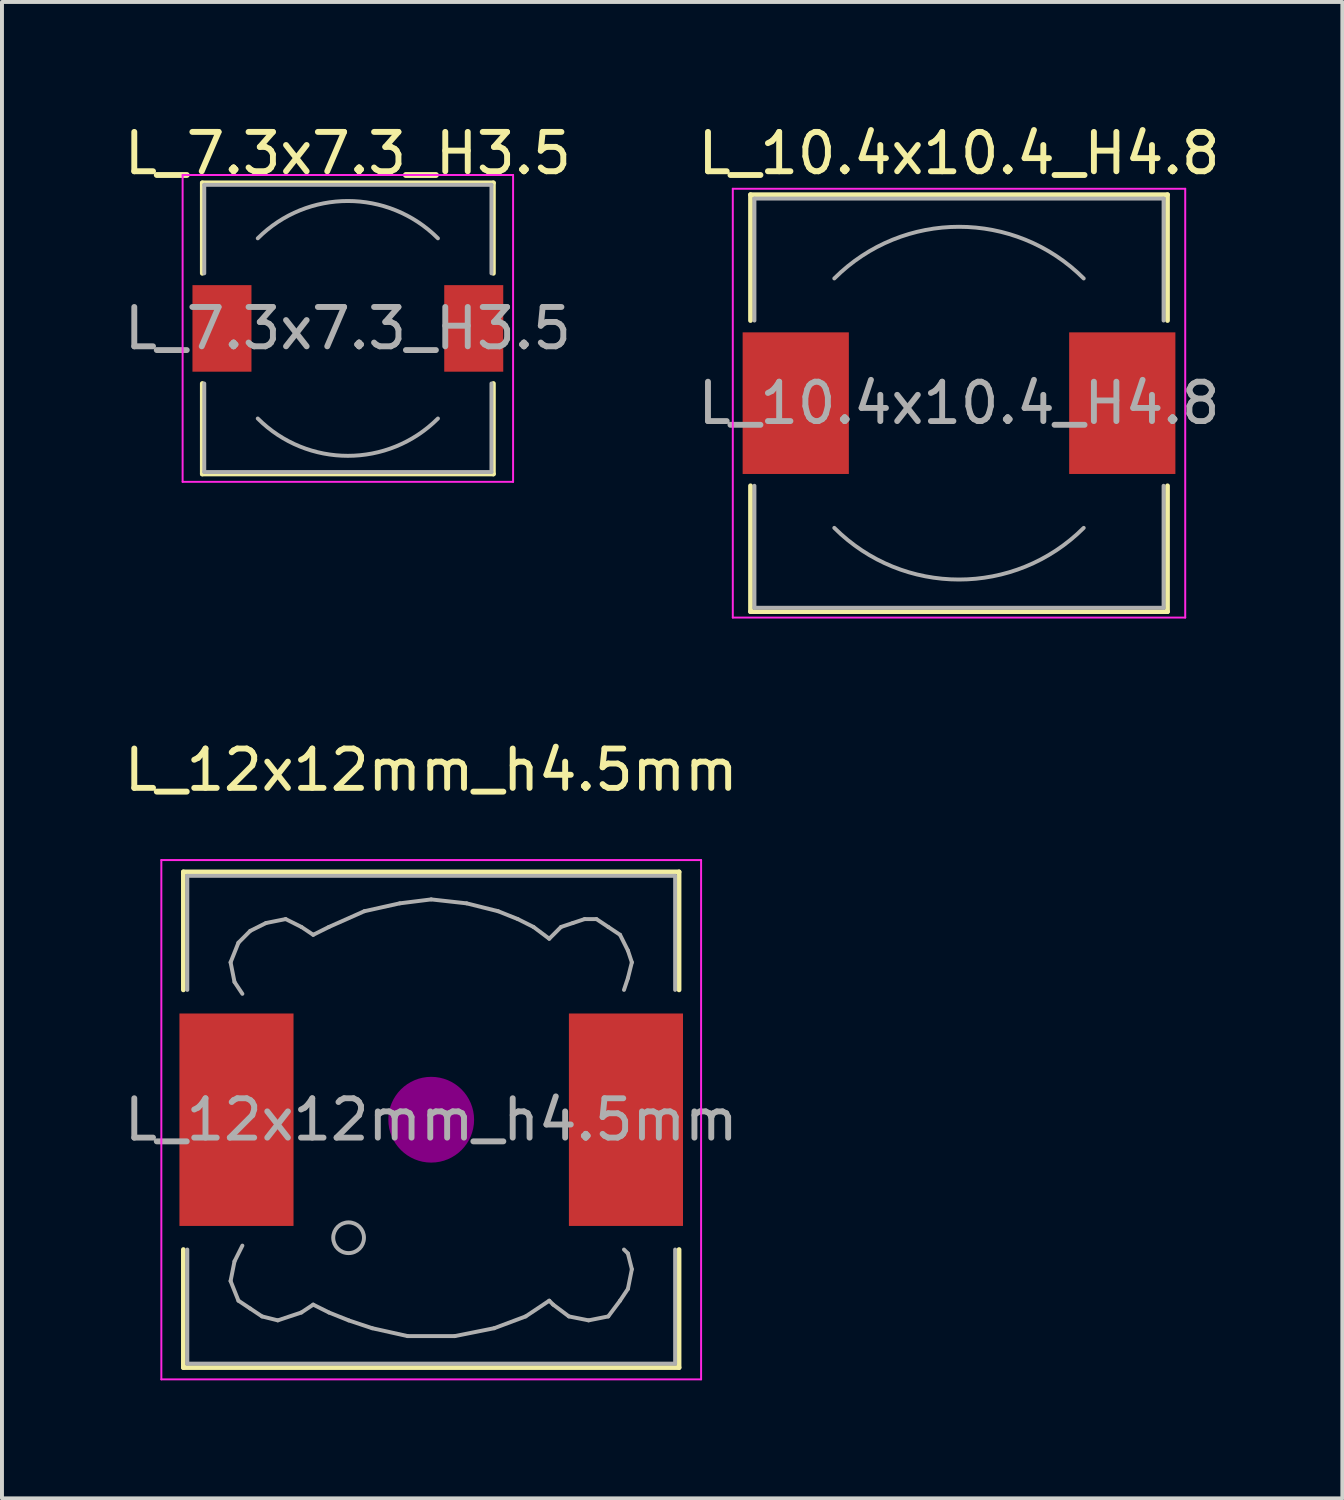
<source format=kicad_pcb>
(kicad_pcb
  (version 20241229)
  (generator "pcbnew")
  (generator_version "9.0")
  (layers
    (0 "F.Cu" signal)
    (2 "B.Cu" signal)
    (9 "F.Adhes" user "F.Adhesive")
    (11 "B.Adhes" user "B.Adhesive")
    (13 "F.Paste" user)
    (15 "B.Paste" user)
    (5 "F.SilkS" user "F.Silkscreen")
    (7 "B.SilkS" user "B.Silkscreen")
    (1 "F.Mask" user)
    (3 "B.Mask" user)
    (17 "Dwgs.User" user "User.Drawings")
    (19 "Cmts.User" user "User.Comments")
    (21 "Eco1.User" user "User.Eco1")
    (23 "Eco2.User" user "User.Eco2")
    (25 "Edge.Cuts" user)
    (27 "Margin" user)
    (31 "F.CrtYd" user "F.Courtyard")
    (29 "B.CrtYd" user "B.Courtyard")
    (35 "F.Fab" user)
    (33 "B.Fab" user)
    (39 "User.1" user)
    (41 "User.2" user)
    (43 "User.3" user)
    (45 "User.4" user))
  (footprint "L_10.4x10.4_H4.8"
    (layer "F.Cu")
    (at 21.327 7.198)
    (property "Reference" "L_10.4x10.4_H4.8" (at 0 -6.35 0) (layer "F.SilkS") (effects (font (size 1 1) (thickness 0.15))))
    (attr smd)
    (fp_line (start -5.3 -5.3) (end 5.3 -5.3) (stroke (width 0.12) (type solid)) (layer "F.SilkS"))
    (fp_line (start -5.3 -2.1) (end -5.3 -5.3) (stroke (width 0.12) (type solid)) (layer "F.SilkS"))
    (fp_line (start -5.3 5.3) (end -5.3 2.1) (stroke (width 0.12) (type solid)) (layer "F.SilkS"))
    (fp_line (start 5.3 -5.3) (end 5.3 -2.1) (stroke (width 0.12) (type solid)) (layer "F.SilkS"))
    (fp_line (start 5.3 2.1) (end 5.3 5.3) (stroke (width 0.12) (type solid)) (layer "F.SilkS"))
    (fp_line (start 5.3 5.3) (end -5.3 5.3) (stroke (width 0.12) (type solid)) (layer "F.SilkS"))
    (fp_line (start -5.75 -5.45) (end -5.75 5.45) (stroke (width 0.05) (type solid)) (layer "F.CrtYd"))
    (fp_line (start -5.75 5.45) (end 5.75 5.45) (stroke (width 0.05) (type solid)) (layer "F.CrtYd"))
    (fp_line (start 5.75 -5.45) (end -5.75 -5.45) (stroke (width 0.05) (type solid)) (layer "F.CrtYd"))
    (fp_line (start 5.75 5.45) (end 5.75 -5.45) (stroke (width 0.05) (type solid)) (layer "F.CrtYd"))
    (fp_line (start -5.2 -5.2) (end -5.2 -2.1) (stroke (width 0.1) (type solid)) (layer "F.Fab"))
    (fp_line (start -5.2 -5.2) (end 5.2 -5.2) (stroke (width 0.1) (type solid)) (layer "F.Fab"))
    (fp_line (start -5.2 5.2) (end -5.2 2.1) (stroke (width 0.1) (type solid)) (layer "F.Fab"))
    (fp_line (start -5.2 5.2) (end 5.2 5.2) (stroke (width 0.1) (type solid)) (layer "F.Fab"))
    (fp_line (start 5.2 -5.2) (end 5.2 -2.1) (stroke (width 0.1) (type solid)) (layer "F.Fab"))
    (fp_line (start 5.2 5.2) (end 5.2 2.1) (stroke (width 0.1) (type solid)) (layer "F.Fab"))
    (fp_arc (start -3.17 -3.17) (mid 0 -4.483057) (end 3.17 -3.17) (stroke (width 0.1) (type solid)) (layer "F.Fab"))
    (fp_arc (start 3.17 3.17) (mid 0 4.483057) (end -3.17 3.17) (stroke (width 0.1) (type solid)) (layer "F.Fab"))
    (fp_text user "${REFERENCE}" (at 0 0 0) (layer "F.Fab") (effects (font (size 1 1) (thickness 0.15))))
    (pad "1" smd rect (at -4.15 0) (size 2.7 3.6) (layers "F.Cu" "F.Mask" "F.Paste"))
    (pad "2" smd rect (at 4.15 0) (size 2.7 3.6) (layers "F.Cu" "F.Mask" "F.Paste")))
  (footprint "L_7.3x7.3_H3.5"
    (layer "F.Cu")
    (at 5.792 5.298)
    (property "Reference" "L_7.3x7.3_H3.5" (at 0 -4.45 0) (layer "F.SilkS") (effects (font (size 1 1) (thickness 0.15))))
    (attr smd)
    (fp_line (start -3.7 -3.7) (end 3.7 -3.7) (stroke (width 0.12) (type solid)) (layer "F.SilkS"))
    (fp_line (start -3.7 -1.4) (end -3.7 -3.7) (stroke (width 0.12) (type solid)) (layer "F.SilkS"))
    (fp_line (start -3.7 3.7) (end -3.7 1.4) (stroke (width 0.12) (type solid)) (layer "F.SilkS"))
    (fp_line (start 3.7 -3.7) (end 3.7 -1.4) (stroke (width 0.12) (type solid)) (layer "F.SilkS"))
    (fp_line (start 3.7 1.4) (end 3.7 3.7) (stroke (width 0.12) (type solid)) (layer "F.SilkS"))
    (fp_line (start 3.7 3.7) (end -3.7 3.7) (stroke (width 0.12) (type solid)) (layer "F.SilkS"))
    (fp_line (start -4.2 -3.9) (end -4.2 3.9) (stroke (width 0.05) (type solid)) (layer "F.CrtYd"))
    (fp_line (start -4.2 3.9) (end 4.2 3.9) (stroke (width 0.05) (type solid)) (layer "F.CrtYd"))
    (fp_line (start 4.2 -3.9) (end -4.2 -3.9) (stroke (width 0.05) (type solid)) (layer "F.CrtYd"))
    (fp_line (start 4.2 3.9) (end 4.2 -3.9) (stroke (width 0.05) (type solid)) (layer "F.CrtYd"))
    (fp_line (start -3.65 -3.65) (end -3.65 -1.4) (stroke (width 0.1) (type solid)) (layer "F.Fab"))
    (fp_line (start -3.65 -3.65) (end 3.65 -3.65) (stroke (width 0.1) (type solid)) (layer "F.Fab"))
    (fp_line (start -3.65 3.65) (end -3.65 1.4) (stroke (width 0.1) (type solid)) (layer "F.Fab"))
    (fp_line (start 3.65 -3.65) (end 3.65 -1.4) (stroke (width 0.1) (type solid)) (layer "F.Fab"))
    (fp_line (start 3.65 3.65) (end -3.65 3.65) (stroke (width 0.1) (type solid)) (layer "F.Fab"))
    (fp_line (start 3.65 3.65) (end 3.65 1.4) (stroke (width 0.1) (type solid)) (layer "F.Fab"))
    (fp_arc (start -2.29 -2.29) (mid 0 -3.238549) (end 2.29 -2.29) (stroke (width 0.1) (type solid)) (layer "F.Fab"))
    (fp_arc (start 2.29 2.29) (mid 0 3.238549) (end -2.29 2.29) (stroke (width 0.1) (type solid)) (layer "F.Fab"))
    (fp_text user "${REFERENCE}" (at 0 0 0) (layer "F.Fab") (effects (font (size 1 1) (thickness 0.15))))
    (pad "1" smd rect (at -3.2 0) (size 1.5 2.2) (layers "F.Cu" "F.Mask" "F.Paste"))
    (pad "2" smd rect (at 3.2 0) (size 1.5 2.2) (layers "F.Cu" "F.Mask" "F.Paste")))
  (footprint "L_12x12mm_h4.5mm"
    (layer "F.Cu")
    (at 7.911 25.412)
    (property "Reference" "L_12x12mm_h4.5mm" (at 0 -8.89 0) (layer "F.SilkS") (effects (font (size 1 1) (thickness 0.15))))
    (attr smd)
    (fp_line (start -6.3 -6.3) (end 6.3 -6.3) (stroke (width 0.12) (type solid)) (layer "F.SilkS"))
    (fp_line (start -6.3 -3.3) (end -6.3 -6.3) (stroke (width 0.12) (type solid)) (layer "F.SilkS"))
    (fp_line (start -6.3 6.3) (end -6.3 3.3) (stroke (width 0.12) (type solid)) (layer "F.SilkS"))
    (fp_line (start 6.3 -6.3) (end 6.3 -3.3) (stroke (width 0.12) (type solid)) (layer "F.SilkS"))
    (fp_line (start 6.3 3.3) (end 6.3 6.3) (stroke (width 0.12) (type solid)) (layer "F.SilkS"))
    (fp_line (start 6.3 6.3) (end -6.3 6.3) (stroke (width 0.12) (type solid)) (layer "F.SilkS"))
    (fp_circle (center 0 0) (end 0.15 0.15) (stroke (width 0.38) (type solid)) (fill no) (layer "F.Adhes"))
    (fp_circle (center 0 0) (end 0.55 0) (stroke (width 0.38) (type solid)) (fill no) (layer "F.Adhes"))
    (fp_circle (center 0 0) (end 0.9 0) (stroke (width 0.38) (type solid)) (fill no) (layer "F.Adhes"))
    (fp_line (start -6.86 -6.6) (end 6.86 -6.6) (stroke (width 0.05) (type solid)) (layer "F.CrtYd"))
    (fp_line (start -6.86 6.6) (end -6.86 -6.6) (stroke (width 0.05) (type solid)) (layer "F.CrtYd"))
    (fp_line (start 6.86 -6.6) (end 6.86 6.6) (stroke (width 0.05) (type solid)) (layer "F.CrtYd"))
    (fp_line (start 6.86 6.6) (end -6.86 6.6) (stroke (width 0.05) (type solid)) (layer "F.CrtYd"))
    (fp_line (start -6.2 -6.2) (end -6.2 -3.3) (stroke (width 0.1) (type solid)) (layer "F.Fab"))
    (fp_line (start -6.2 3.3) (end -6.2 6.2) (stroke (width 0.1) (type solid)) (layer "F.Fab"))
    (fp_line (start -6.2 6.2) (end 6.2 6.2) (stroke (width 0.1) (type solid)) (layer "F.Fab"))
    (fp_line (start -5.1 -4) (end -5 -3.5) (stroke (width 0.1) (type solid)) (layer "F.Fab"))
    (fp_line (start -5.1 4.1) (end -5 3.6) (stroke (width 0.1) (type solid)) (layer "F.Fab"))
    (fp_line (start -5 -3.5) (end -4.8 -3.2) (stroke (width 0.1) (type solid)) (layer "F.Fab"))
    (fp_line (start -5 3.6) (end -4.8 3.2) (stroke (width 0.1) (type solid)) (layer "F.Fab"))
    (fp_line (start -4.9 -4.5) (end -5.1 -4) (stroke (width 0.1) (type solid)) (layer "F.Fab"))
    (fp_line (start -4.9 4.6) (end -5.1 4.1) (stroke (width 0.1) (type solid)) (layer "F.Fab"))
    (fp_line (start -4.6 -4.8) (end -4.9 -4.5) (stroke (width 0.1) (type solid)) (layer "F.Fab"))
    (fp_line (start -4.6 4.8) (end -4.9 4.6) (stroke (width 0.1) (type solid)) (layer "F.Fab"))
    (fp_line (start -4.3 5) (end -4.6 4.8) (stroke (width 0.1) (type solid)) (layer "F.Fab"))
    (fp_line (start -4.2 -5) (end -4.6 -4.8) (stroke (width 0.1) (type solid)) (layer "F.Fab"))
    (fp_line (start -3.9 5.1) (end -4.3 5) (stroke (width 0.1) (type solid)) (layer "F.Fab"))
    (fp_line (start -3.7 -5.1) (end -4.2 -5) (stroke (width 0.1) (type solid)) (layer "F.Fab"))
    (fp_line (start -3.3 -4.9) (end -3.7 -5.1) (stroke (width 0.1) (type solid)) (layer "F.Fab"))
    (fp_line (start -3.3 4.9) (end -3.9 5.1) (stroke (width 0.1) (type solid)) (layer "F.Fab"))
    (fp_line (start -3 -4.7) (end -3.3 -4.9) (stroke (width 0.1) (type solid)) (layer "F.Fab"))
    (fp_line (start -3 4.7) (end -3.3 4.9) (stroke (width 0.1) (type solid)) (layer "F.Fab"))
    (fp_line (start -2.6 -4.9) (end -3 -4.7) (stroke (width 0.1) (type solid)) (layer "F.Fab"))
    (fp_line (start -2.6 4.9) (end -3 4.7) (stroke (width 0.1) (type solid)) (layer "F.Fab"))
    (fp_line (start -2.1 5.1) (end -2.6 4.9) (stroke (width 0.1) (type solid)) (layer "F.Fab"))
    (fp_line (start -1.7 -5.3) (end -2.6 -4.9) (stroke (width 0.1) (type solid)) (layer "F.Fab"))
    (fp_line (start -1.5 5.3) (end -2.1 5.1) (stroke (width 0.1) (type solid)) (layer "F.Fab"))
    (fp_line (start -0.8 -5.5) (end -1.7 -5.3) (stroke (width 0.1) (type solid)) (layer "F.Fab"))
    (fp_line (start -0.6 5.5) (end -1.5 5.3) (stroke (width 0.1) (type solid)) (layer "F.Fab"))
    (fp_line (start 0 -5.6) (end -0.8 -5.5) (stroke (width 0.1) (type solid)) (layer "F.Fab"))
    (fp_line (start 0.6 5.5) (end -0.6 5.5) (stroke (width 0.1) (type solid)) (layer "F.Fab"))
    (fp_line (start 0.9 -5.5) (end 0 -5.6) (stroke (width 0.1) (type solid)) (layer "F.Fab"))
    (fp_line (start 1.6 5.3) (end 0.6 5.5) (stroke (width 0.1) (type solid)) (layer "F.Fab"))
    (fp_line (start 1.7 -5.3) (end 0.9 -5.5) (stroke (width 0.1) (type solid)) (layer "F.Fab"))
    (fp_line (start 2.2 -5.1) (end 1.7 -5.3) (stroke (width 0.1) (type solid)) (layer "F.Fab"))
    (fp_line (start 2.4 5) (end 1.6 5.3) (stroke (width 0.1) (type solid)) (layer "F.Fab"))
    (fp_line (start 2.6 -4.9) (end 2.2 -5.1) (stroke (width 0.1) (type solid)) (layer "F.Fab"))
    (fp_line (start 3 -4.6) (end 2.6 -4.9) (stroke (width 0.1) (type solid)) (layer "F.Fab"))
    (fp_line (start 3 4.6) (end 2.4 5) (stroke (width 0.1) (type solid)) (layer "F.Fab"))
    (fp_line (start 3.1 4.7) (end 3 4.6) (stroke (width 0.1) (type solid)) (layer "F.Fab"))
    (fp_line (start 3.3 -4.9) (end 3 -4.6) (stroke (width 0.1) (type solid)) (layer "F.Fab"))
    (fp_line (start 3.5 5) (end 3.1 4.7) (stroke (width 0.1) (type solid)) (layer "F.Fab"))
    (fp_line (start 3.6 -5) (end 3.3 -4.9) (stroke (width 0.1) (type solid)) (layer "F.Fab"))
    (fp_line (start 3.9 -5.1) (end 3.6 -5) (stroke (width 0.1) (type solid)) (layer "F.Fab"))
    (fp_line (start 4 5.1) (end 3.5 5) (stroke (width 0.1) (type solid)) (layer "F.Fab"))
    (fp_line (start 4.2 -5.1) (end 3.9 -5.1) (stroke (width 0.1) (type solid)) (layer "F.Fab"))
    (fp_line (start 4.5 -4.9) (end 4.2 -5.1) (stroke (width 0.1) (type solid)) (layer "F.Fab"))
    (fp_line (start 4.5 5) (end 4 5.1) (stroke (width 0.1) (type solid)) (layer "F.Fab"))
    (fp_line (start 4.8 -4.7) (end 4.5 -4.9) (stroke (width 0.1) (type solid)) (layer "F.Fab"))
    (fp_line (start 4.8 4.6) (end 4.5 5) (stroke (width 0.1) (type solid)) (layer "F.Fab"))
    (fp_line (start 4.9 -3.3) (end 5 -3.6) (stroke (width 0.1) (type solid)) (layer "F.Fab"))
    (fp_line (start 4.9 3.3) (end 5 3.4) (stroke (width 0.1) (type solid)) (layer "F.Fab"))
    (fp_line (start 5 -4.3) (end 4.8 -4.7) (stroke (width 0.1) (type solid)) (layer "F.Fab"))
    (fp_line (start 5 -3.6) (end 5.1 -4) (stroke (width 0.1) (type solid)) (layer "F.Fab"))
    (fp_line (start 5 3.4) (end 5.1 3.8) (stroke (width 0.1) (type solid)) (layer "F.Fab"))
    (fp_line (start 5 4.3) (end 4.8 4.6) (stroke (width 0.1) (type solid)) (layer "F.Fab"))
    (fp_line (start 5.1 -4) (end 5 -4.3) (stroke (width 0.1) (type solid)) (layer "F.Fab"))
    (fp_line (start 5.1 3.8) (end 5 4.3) (stroke (width 0.1) (type solid)) (layer "F.Fab"))
    (fp_line (start 6.2 -6.2) (end -6.2 -6.2) (stroke (width 0.1) (type solid)) (layer "F.Fab"))
    (fp_line (start 6.2 -6.2) (end 6.2 -3.3) (stroke (width 0.1) (type solid)) (layer "F.Fab"))
    (fp_line (start 6.2 6.2) (end 6.2 3.3) (stroke (width 0.1) (type solid)) (layer "F.Fab"))
    (fp_circle (center -2.1 3) (end -1.8 3.25) (stroke (width 0.1) (type solid)) (fill no) (layer "F.Fab"))
    (fp_text user "${REFERENCE}" (at 0 0 0) (layer "F.Fab") (effects (font (size 1 1) (thickness 0.15))))
    (pad "1" smd rect (at -4.95 0) (size 2.9 5.4) (layers "F.Cu" "F.Mask" "F.Paste"))
    (pad "2" smd rect (at 4.95 0) (size 2.9 5.4) (layers "F.Cu" "F.Mask" "F.Paste")))
  (gr_rect
    (start -3 -3)
    (end 31.071 35.036)
    (stroke (width 0.1) (type default))
    (fill no)
    (layer "Edge.Cuts")))
</source>
